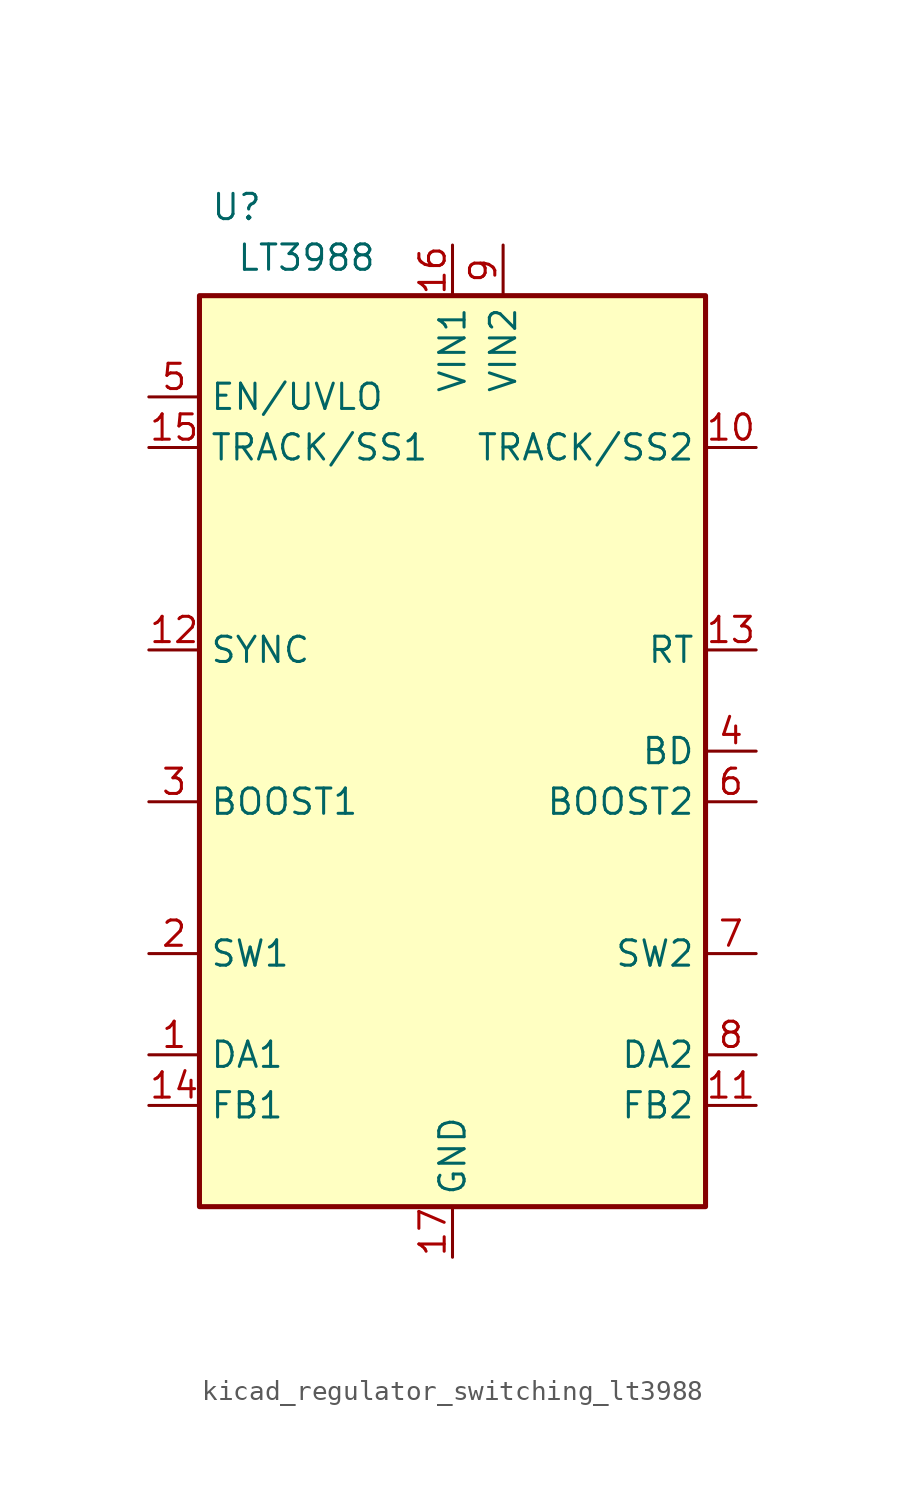
<source format=kicad_sym>
(kicad_symbol_lib
  (version 20220914)
  (generator kicad_symbol_editor)
  (symbol "kicad_regulator_switching_lt3988"
    (property "Reference" "U"
      (at -9.525 27.305 0)
      (effects (font (size 1.27 1.27)) (justify right)))
    (property "Value" "LT3988"
      (at -3.81 24.765 0)
      (effects (font (size 1.27 1.27)) (justify right)))
    (symbol "kicad_regulator_switching_lt3988_0_1"
      (rectangle (start -12.7 22.86) (end 12.7 -22.86) (stroke (width 0.254) (type default)) (fill (type background))))
    (symbol "kicad_regulator_switching_lt3988_1_1"
      (pin passive line (at -15.24 -15.24 0) (length 2.54) (name "DA1" (effects (font (size 1.27 1.27)))) (number "1" (effects (font (size 1.27 1.27)))))
      (pin passive line (at 15.24 15.24 180) (length 2.54) (name "TRACK/SS2" (effects (font (size 1.27 1.27)))) (number "10" (effects (font (size 1.27 1.27)))))
      (pin input line (at 15.24 -17.78 180) (length 2.54) (name "FB2" (effects (font (size 1.27 1.27)))) (number "11" (effects (font (size 1.27 1.27)))))
      (pin input line (at -15.24 5.08 0) (length 2.54) (name "SYNC" (effects (font (size 1.27 1.27)))) (number "12" (effects (font (size 1.27 1.27)))))
      (pin input line (at 15.24 5.08 180) (length 2.54) (name "RT" (effects (font (size 1.27 1.27)))) (number "13" (effects (font (size 1.27 1.27)))))
      (pin input line (at -15.24 -17.78 0) (length 2.54) (name "FB1" (effects (font (size 1.27 1.27)))) (number "14" (effects (font (size 1.27 1.27)))))
      (pin passive line (at -15.24 15.24 0) (length 2.54) (name "TRACK/SS1" (effects (font (size 1.27 1.27)))) (number "15" (effects (font (size 1.27 1.27)))))
      (pin power_in line (at 0 25.4 270) (length 2.54) (name "VIN1" (effects (font (size 1.27 1.27)))) (number "16" (effects (font (size 1.27 1.27)))))
      (pin power_in line (at 0 -25.4 90) (length 2.54) (name "GND" (effects (font (size 1.27 1.27)))) (number "17" (effects (font (size 1.27 1.27)))))
      (pin passive line (at -15.24 -10.16 0) (length 2.54) (name "SW1" (effects (font (size 1.27 1.27)))) (number "2" (effects (font (size 1.27 1.27)))))
      (pin passive line (at -15.24 -2.54 0) (length 2.54) (name "BOOST1" (effects (font (size 1.27 1.27)))) (number "3" (effects (font (size 1.27 1.27)))))
      (pin power_in line (at 15.24 0 180) (length 2.54) (name "BD" (effects (font (size 1.27 1.27)))) (number "4" (effects (font (size 1.27 1.27)))))
      (pin input line (at -15.24 17.78 0) (length 2.54) (name "EN/UVLO" (effects (font (size 1.27 1.27)))) (number "5" (effects (font (size 1.27 1.27)))))
      (pin passive line (at 15.24 -2.54 180) (length 2.54) (name "BOOST2" (effects (font (size 1.27 1.27)))) (number "6" (effects (font (size 1.27 1.27)))))
      (pin passive line (at 15.24 -10.16 180) (length 2.54) (name "SW2" (effects (font (size 1.27 1.27)))) (number "7" (effects (font (size 1.27 1.27)))))
      (pin passive line (at 15.24 -15.24 180) (length 2.54) (name "DA2" (effects (font (size 1.27 1.27)))) (number "8" (effects (font (size 1.27 1.27)))))
      (pin power_in line (at 2.54 25.4 270) (length 2.54) (name "VIN2" (effects (font (size 1.27 1.27)))) (number "9" (effects (font (size 1.27 1.27))))))))
</source>
